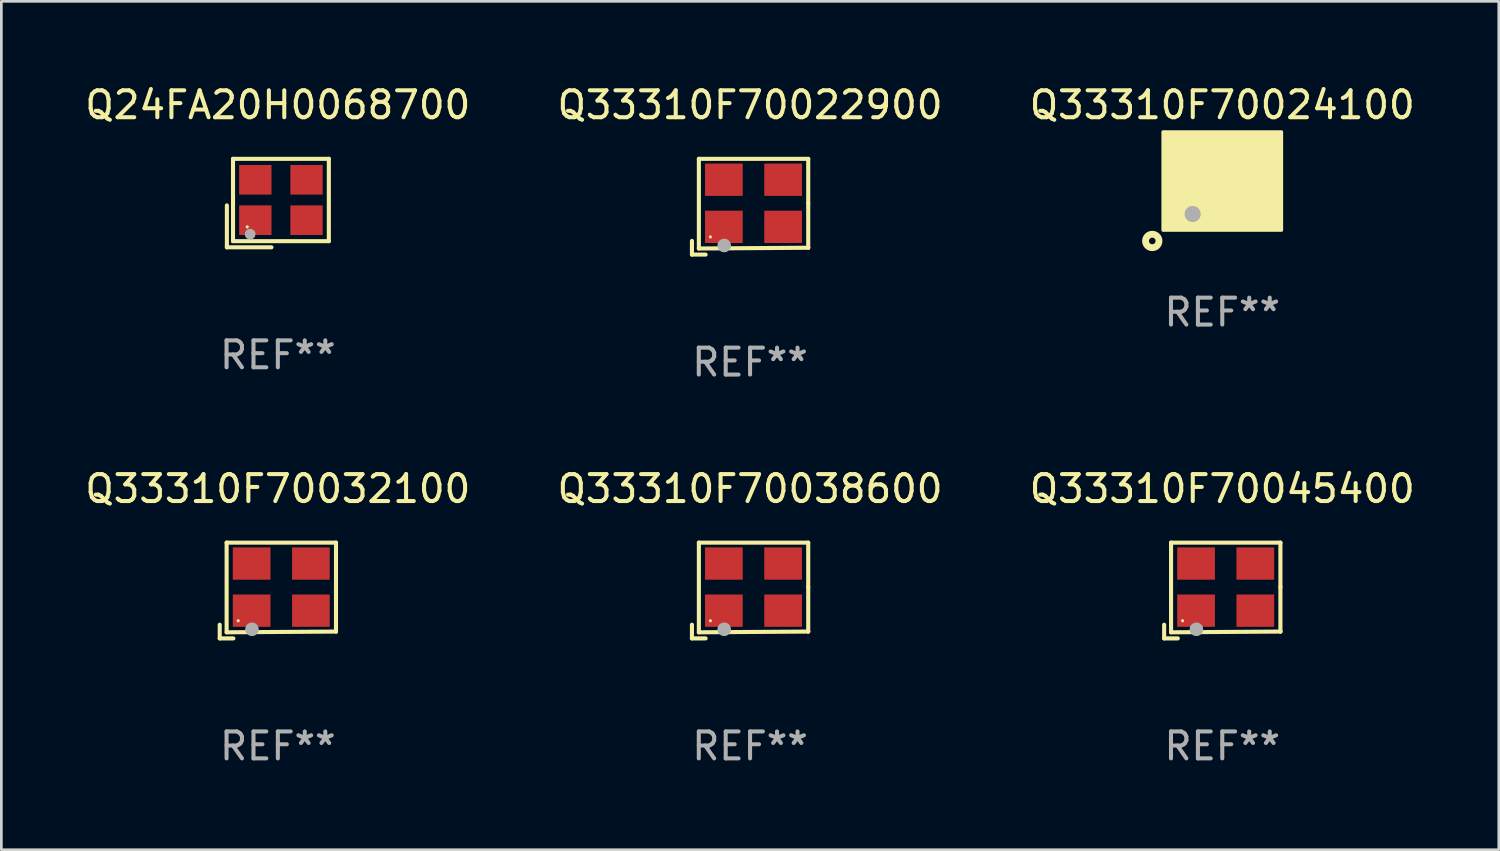
<source format=kicad_pcb>
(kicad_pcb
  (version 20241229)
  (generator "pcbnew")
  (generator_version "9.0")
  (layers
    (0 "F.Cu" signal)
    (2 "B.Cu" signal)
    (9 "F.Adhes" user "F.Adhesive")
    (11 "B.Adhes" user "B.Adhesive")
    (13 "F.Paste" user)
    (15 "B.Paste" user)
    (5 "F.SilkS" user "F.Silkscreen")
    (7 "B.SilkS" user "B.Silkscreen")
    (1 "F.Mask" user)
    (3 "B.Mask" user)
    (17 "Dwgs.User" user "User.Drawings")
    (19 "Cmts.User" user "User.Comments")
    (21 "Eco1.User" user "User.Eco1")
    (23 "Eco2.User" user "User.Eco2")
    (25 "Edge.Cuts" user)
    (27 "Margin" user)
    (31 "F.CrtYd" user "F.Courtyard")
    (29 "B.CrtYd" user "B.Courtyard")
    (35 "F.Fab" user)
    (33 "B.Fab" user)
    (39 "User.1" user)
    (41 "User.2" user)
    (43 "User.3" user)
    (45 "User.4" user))
  (footprint "Q33310F70022900"
    (layer "F.Cu")
    (at 24.804 4.626)
    (property "Reference" "Q33310F70022900" (at 0 -3.778 0) (layer "F.SilkS") (effects (font (size 1 1) (thickness 0.15))))
    (attr through_hole)
    (fp_line (start -2.159 1.27) (end -2.159 1.778) (stroke (width 0.152) (type solid)) (layer "F.SilkS"))
    (fp_line (start -2.159 1.778) (end -1.651 1.778) (stroke (width 0.152) (type solid)) (layer "F.SilkS"))
    (fp_line (start -1.902 -1.778) (end 2.159 -1.778) (stroke (width 0.152) (type solid)) (layer "F.SilkS"))
    (fp_line (start -1.902 1.552) (end -1.902 -1.778) (stroke (width 0.152) (type solid)) (layer "F.SilkS"))
    (fp_line (start 2.159 -1.778) (end 2.159 -0.127) (stroke (width 0.152) (type solid)) (layer "F.SilkS"))
    (fp_line (start 2.159 -0.127) (end 2.159 1.524) (stroke (width 0.152) (type solid)) (layer "F.SilkS"))
    (fp_line (start 2.159 1.524) (end -1.902 1.552) (stroke (width 0.152) (type solid)) (layer "F.SilkS"))
    (fp_line (start 2.159 1.524) (end 2.159 1.524) (stroke (width 0.152) (type solid)) (layer "F.SilkS"))
    (fp_circle (center -1.473 1.123) (end -1.443 1.123) (stroke (width 0.06) (type solid)) (fill no) (layer "F.SilkS"))
    (fp_circle (center -0.961 1.44) (end -0.834 1.44) (stroke (width 0.254) (type solid)) (fill no) (layer "F.Fab"))
    (fp_text user "REF**" (at 0 5.778 0) (layer "F.Fab") (effects (font (size 1 1) (thickness 0.15))))
    (pad "1" smd rect (at -0.973 0.748) (size 1.4 1.2) (layers "F.Cu" "F.Mask" "F.Paste"))
    (pad "2" smd rect (at 1.227 0.748) (size 1.4 1.2) (layers "F.Cu" "F.Mask" "F.Paste"))
    (pad "3" smd rect (at 1.227 -1.002) (size 1.4 1.2) (layers "F.Cu" "F.Mask" "F.Paste"))
    (pad "4" smd rect (at -0.973 -1.002) (size 1.4 1.2) (layers "F.Cu" "F.Mask" "F.Paste")))
  (footprint "Q24FA20H0068700"
    (layer "F.Cu")
    (at 7.268 4.491)
    (property "Reference" "Q24FA20H0068700" (at 0 -3.643 0) (layer "F.SilkS") (effects (font (size 1 1) (thickness 0.15))))
    (attr through_hole)
    (fp_line (start -1.893 0.086) (end -1.893 1.643) (stroke (width 0.152) (type solid)) (layer "F.SilkS"))
    (fp_line (start -1.893 1.643) (end -0.237 1.643) (stroke (width 0.152) (type solid)) (layer "F.SilkS"))
    (fp_line (start -1.665 -1.643) (end 1.893 -1.643) (stroke (width 0.152) (type solid)) (layer "F.SilkS"))
    (fp_line (start -1.665 1.414) (end -1.665 -1.643) (stroke (width 0.152) (type solid)) (layer "F.SilkS"))
    (fp_line (start 1.893 -1.643) (end 1.893 1.414) (stroke (width 0.152) (type solid)) (layer "F.SilkS"))
    (fp_line (start 1.893 1.414) (end -1.665 1.414) (stroke (width 0.152) (type solid)) (layer "F.SilkS"))
    (fp_circle (center -1.136 0.885) (end -1.106 0.885) (stroke (width 0.06) (type solid)) (fill no) (layer "F.SilkS"))
    (fp_circle (center -1.029 1.155) (end -0.929 1.155) (stroke (width 0.2) (type solid)) (fill no) (layer "F.Fab"))
    (fp_text user "REF**" (at 0 5.643 0) (layer "F.Fab") (effects (font (size 1 1) (thickness 0.15))))
    (pad "1" smd rect (at -0.836 0.636) (size 1.2 1.1) (layers "F.Cu" "F.Mask" "F.Paste"))
    (pad "2" smd rect (at 1.064 0.636) (size 1.2 1.1) (layers "F.Cu" "F.Mask" "F.Paste"))
    (pad "3" smd rect (at 1.064 -0.865) (size 1.2 1.1) (layers "F.Cu" "F.Mask" "F.Paste"))
    (pad "4" smd rect (at -0.836 -0.865) (size 1.2 1.1) (layers "F.Cu" "F.Mask" "F.Paste")))
  (footprint "Q33310F70032100"
    (layer "F.Cu")
    (at 7.268 18.879)
    (property "Reference" "Q33310F70032100" (at 0 -3.778 0) (layer "F.SilkS") (effects (font (size 1 1) (thickness 0.15))))
    (attr through_hole)
    (fp_line (start -2.159 1.27) (end -2.159 1.778) (stroke (width 0.152) (type solid)) (layer "F.SilkS"))
    (fp_line (start -2.159 1.778) (end -1.651 1.778) (stroke (width 0.152) (type solid)) (layer "F.SilkS"))
    (fp_line (start -1.902 -1.778) (end 2.159 -1.778) (stroke (width 0.152) (type solid)) (layer "F.SilkS"))
    (fp_line (start -1.902 1.552) (end -1.902 -1.778) (stroke (width 0.152) (type solid)) (layer "F.SilkS"))
    (fp_line (start 2.159 -1.778) (end 2.159 -0.127) (stroke (width 0.152) (type solid)) (layer "F.SilkS"))
    (fp_line (start 2.159 -0.127) (end 2.159 1.524) (stroke (width 0.152) (type solid)) (layer "F.SilkS"))
    (fp_line (start 2.159 1.524) (end -1.902 1.552) (stroke (width 0.152) (type solid)) (layer "F.SilkS"))
    (fp_line (start 2.159 1.524) (end 2.159 1.524) (stroke (width 0.152) (type solid)) (layer "F.SilkS"))
    (fp_circle (center -1.473 1.123) (end -1.443 1.123) (stroke (width 0.06) (type solid)) (fill no) (layer "F.SilkS"))
    (fp_circle (center -0.961 1.44) (end -0.834 1.44) (stroke (width 0.254) (type solid)) (fill no) (layer "F.Fab"))
    (fp_text user "REF**" (at 0 5.778 0) (layer "F.Fab") (effects (font (size 1 1) (thickness 0.15))))
    (pad "1" smd rect (at -0.973 0.748) (size 1.4 1.2) (layers "F.Cu" "F.Mask" "F.Paste"))
    (pad "2" smd rect (at 1.227 0.748) (size 1.4 1.2) (layers "F.Cu" "F.Mask" "F.Paste"))
    (pad "3" smd rect (at 1.227 -1.002) (size 1.4 1.2) (layers "F.Cu" "F.Mask" "F.Paste"))
    (pad "4" smd rect (at -0.973 -1.002) (size 1.4 1.2) (layers "F.Cu" "F.Mask" "F.Paste")))
  (footprint "Q33310F70045400"
    (layer "F.Cu")
    (at 42.339 18.879)
    (property "Reference" "Q33310F70045400" (at 0 -3.778 0) (layer "F.SilkS") (effects (font (size 1 1) (thickness 0.15))))
    (attr through_hole)
    (fp_line (start -2.159 1.27) (end -2.159 1.778) (stroke (width 0.152) (type solid)) (layer "F.SilkS"))
    (fp_line (start -2.159 1.778) (end -1.651 1.778) (stroke (width 0.152) (type solid)) (layer "F.SilkS"))
    (fp_line (start -1.902 -1.778) (end 2.159 -1.778) (stroke (width 0.152) (type solid)) (layer "F.SilkS"))
    (fp_line (start -1.902 1.552) (end -1.902 -1.778) (stroke (width 0.152) (type solid)) (layer "F.SilkS"))
    (fp_line (start 2.159 -1.778) (end 2.159 -0.127) (stroke (width 0.152) (type solid)) (layer "F.SilkS"))
    (fp_line (start 2.159 -0.127) (end 2.159 1.524) (stroke (width 0.152) (type solid)) (layer "F.SilkS"))
    (fp_line (start 2.159 1.524) (end -1.902 1.552) (stroke (width 0.152) (type solid)) (layer "F.SilkS"))
    (fp_line (start 2.159 1.524) (end 2.159 1.524) (stroke (width 0.152) (type solid)) (layer "F.SilkS"))
    (fp_circle (center -1.473 1.123) (end -1.443 1.123) (stroke (width 0.06) (type solid)) (fill no) (layer "F.SilkS"))
    (fp_circle (center -0.961 1.44) (end -0.834 1.44) (stroke (width 0.254) (type solid)) (fill no) (layer "F.Fab"))
    (fp_text user "REF**" (at 0 5.778 0) (layer "F.Fab") (effects (font (size 1 1) (thickness 0.15))))
    (pad "1" smd rect (at -0.973 0.748) (size 1.4 1.2) (layers "F.Cu" "F.Mask" "F.Paste"))
    (pad "2" smd rect (at 1.227 0.748) (size 1.4 1.2) (layers "F.Cu" "F.Mask" "F.Paste"))
    (pad "3" smd rect (at 1.227 -1.002) (size 1.4 1.2) (layers "F.Cu" "F.Mask" "F.Paste"))
    (pad "4" smd rect (at -0.973 -1.002) (size 1.4 1.2) (layers "F.Cu" "F.Mask" "F.Paste")))
  (footprint "Q33310F70038600"
    (layer "F.Cu")
    (at 24.804 18.879)
    (property "Reference" "Q33310F70038600" (at 0 -3.778 0) (layer "F.SilkS") (effects (font (size 1 1) (thickness 0.15))))
    (attr through_hole)
    (fp_line (start -2.159 1.27) (end -2.159 1.778) (stroke (width 0.152) (type solid)) (layer "F.SilkS"))
    (fp_line (start -2.159 1.778) (end -1.651 1.778) (stroke (width 0.152) (type solid)) (layer "F.SilkS"))
    (fp_line (start -1.902 -1.778) (end 2.159 -1.778) (stroke (width 0.152) (type solid)) (layer "F.SilkS"))
    (fp_line (start -1.902 1.552) (end -1.902 -1.778) (stroke (width 0.152) (type solid)) (layer "F.SilkS"))
    (fp_line (start 2.159 -1.778) (end 2.159 -0.127) (stroke (width 0.152) (type solid)) (layer "F.SilkS"))
    (fp_line (start 2.159 -0.127) (end 2.159 1.524) (stroke (width 0.152) (type solid)) (layer "F.SilkS"))
    (fp_line (start 2.159 1.524) (end -1.902 1.552) (stroke (width 0.152) (type solid)) (layer "F.SilkS"))
    (fp_line (start 2.159 1.524) (end 2.159 1.524) (stroke (width 0.152) (type solid)) (layer "F.SilkS"))
    (fp_circle (center -1.473 1.123) (end -1.443 1.123) (stroke (width 0.06) (type solid)) (fill no) (layer "F.SilkS"))
    (fp_circle (center -0.961 1.44) (end -0.834 1.44) (stroke (width 0.254) (type solid)) (fill no) (layer "F.Fab"))
    (fp_text user "REF**" (at 0 5.778 0) (layer "F.Fab") (effects (font (size 1 1) (thickness 0.15))))
    (pad "1" smd rect (at -0.973 0.748) (size 1.4 1.2) (layers "F.Cu" "F.Mask" "F.Paste"))
    (pad "2" smd rect (at 1.227 0.748) (size 1.4 1.2) (layers "F.Cu" "F.Mask" "F.Paste"))
    (pad "3" smd rect (at 1.227 -1.002) (size 1.4 1.2) (layers "F.Cu" "F.Mask" "F.Paste"))
    (pad "4" smd rect (at -0.973 -1.002) (size 1.4 1.2) (layers "F.Cu" "F.Mask" "F.Paste")))
  (footprint "Q33310F70024100"
    (layer "F.Cu")
    (at 42.339 3.698)
    (property "Reference" "Q33310F70024100" (at 0 -2.85 0) (layer "F.SilkS") (effects (font (size 1 1) (thickness 0.15))))
    (attr through_hole)
    (fp_circle (center -2.6 2.2) (end -2.35 2.2) (stroke (width 0.254) (type solid)) (fill no) (layer "F.SilkS"))
    (fp_circle (center -1.6 1.25) (end -1.57 1.25) (stroke (width 0.06) (type solid)) (fill no) (layer "F.SilkS"))
    (fp_poly (pts (xy -2.2 -1.85) (xy 2.2 -1.85) (xy 2.2 1.8) (xy -2.2 1.8)) (stroke (width 0.12) (type solid)) (fill yes) (layer "F.SilkS"))
    (fp_circle (center -1.1 1.2) (end -0.95 1.2) (stroke (width 0.3) (type solid)) (fill no) (layer "F.Fab"))
    (fp_text user "REF**" (at 0 4.85 0) (layer "F.Fab") (effects (font (size 1 1) (thickness 0.15))))
    (pad "1" smd custom (at -1.1 0.85) (size 1.4 1.2) (layers "F.Cu" "F.Mask" "F.Paste") (options (anchor circle)) (primitives (gr_poly (pts (xy -0.7 -0.6) (xy 0.4 -0.6) (xy 0.7 -0.3) (xy 0.7 0.6) (xy -0.7 0.6)) (width 0) (fill yes))))
    (pad "2" smd rect (at 1.1 0.85) (size 1.4 1.2) (layers "F.Cu" "F.Mask" "F.Paste"))
    (pad "3" smd rect (at 1.1 -0.85) (size 1.4 1.2) (layers "F.Cu" "F.Mask" "F.Paste"))
    (pad "4" smd rect (at -1.1 -0.85) (size 1.4 1.2) (layers "F.Cu" "F.Mask" "F.Paste")))
  (gr_rect
    (start -3 -3)
    (end 52.607 28.505)
    (stroke (width 0.1) (type default))
    (fill no)
    (layer "Edge.Cuts")))
</source>
